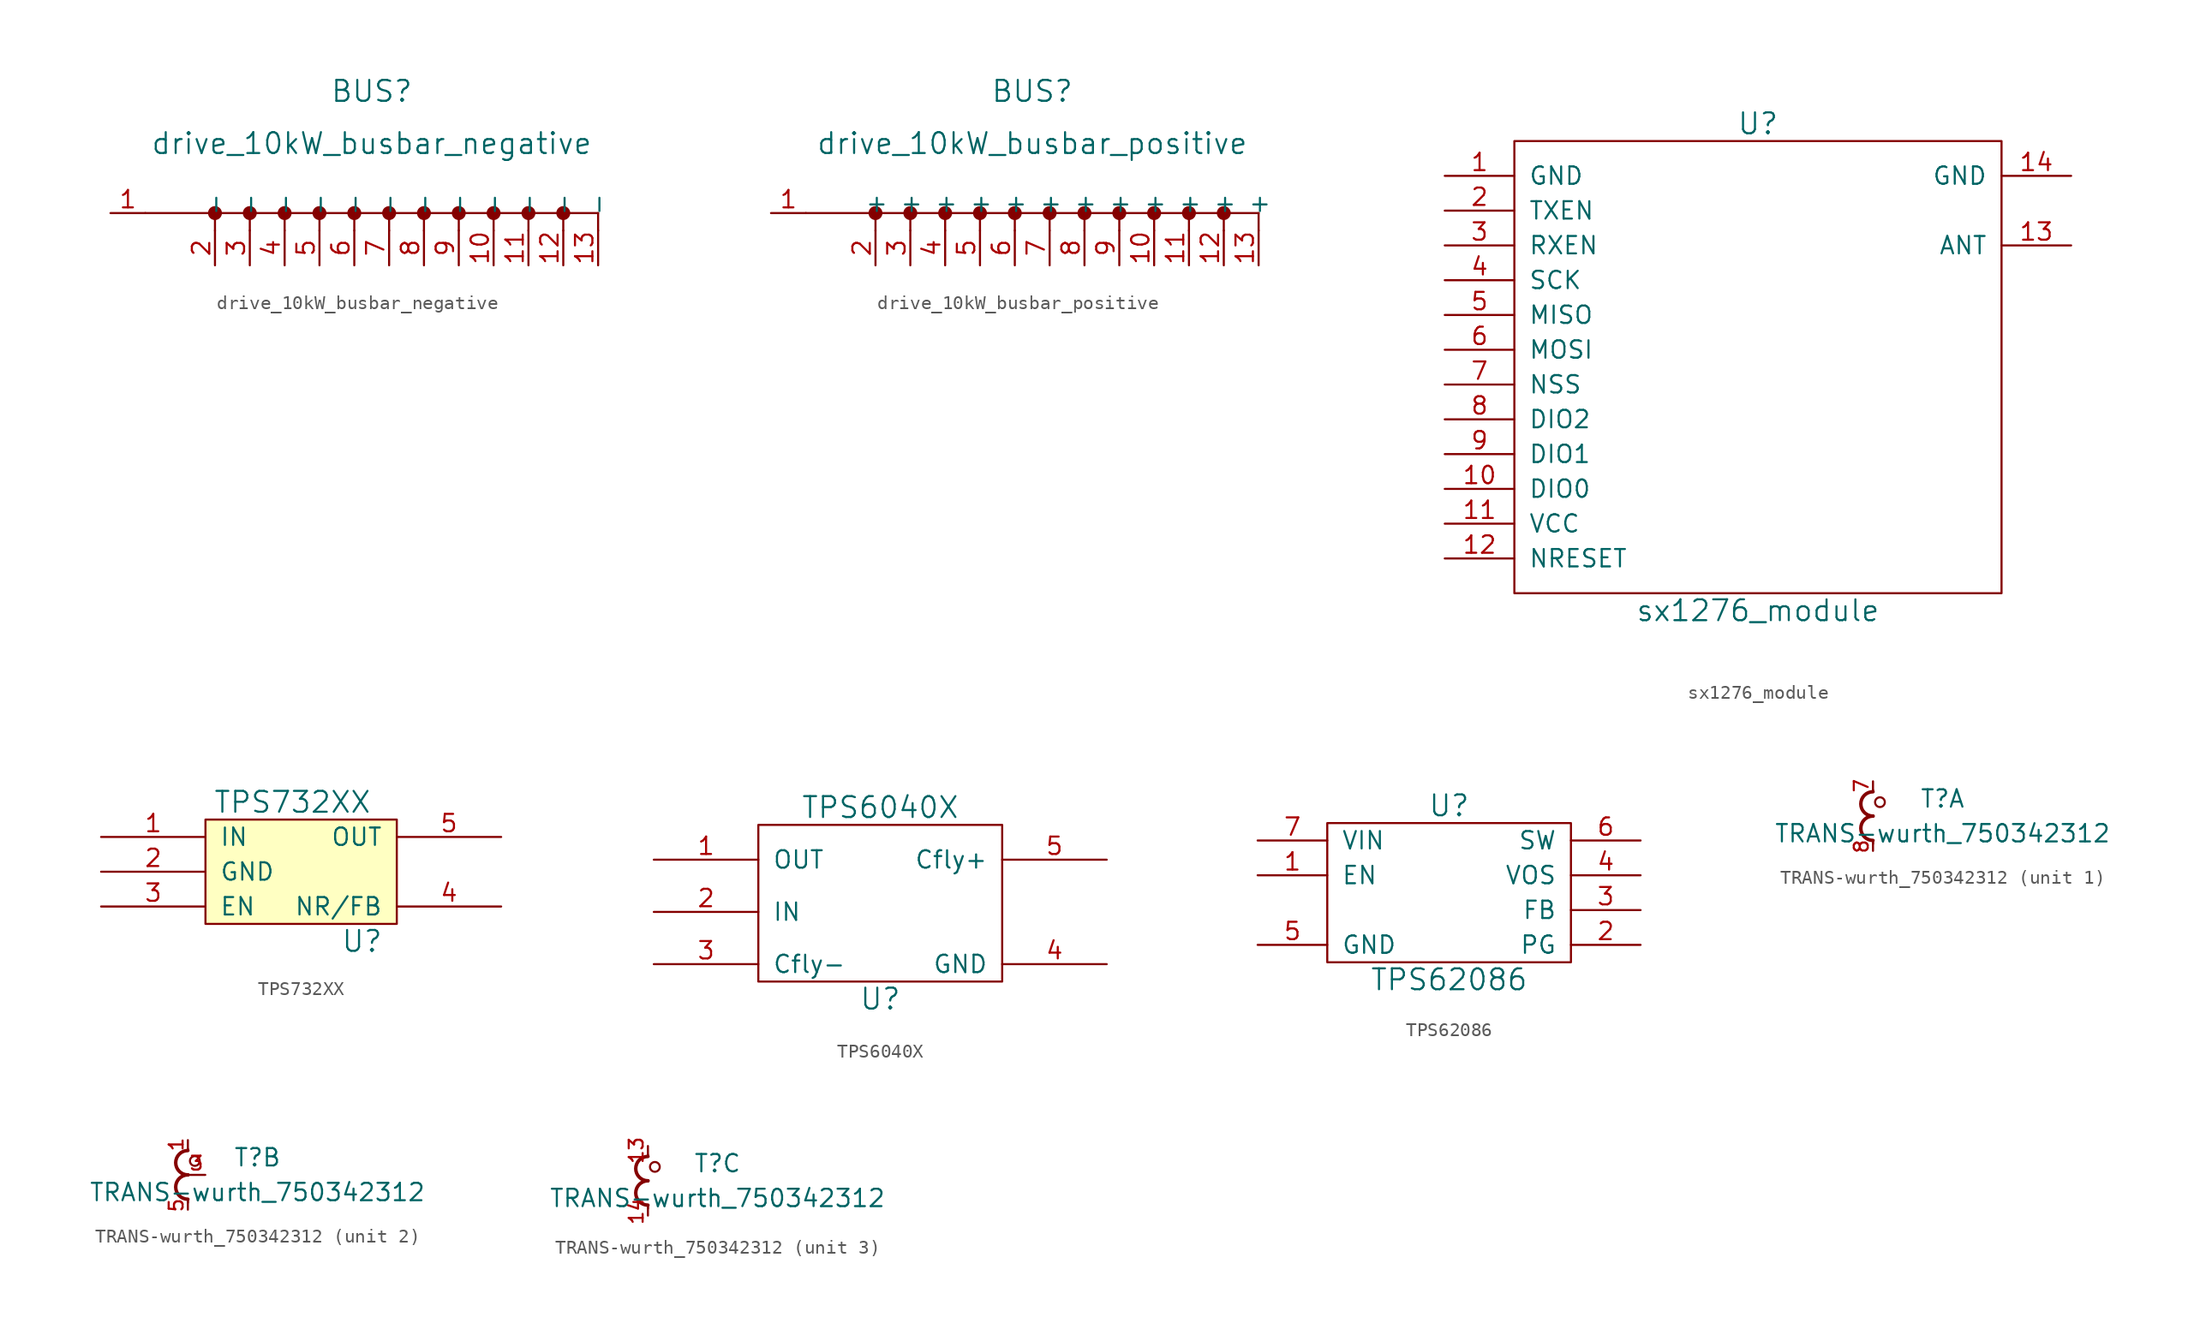
<source format=kicad_sym>
(kicad_symbol_lib
  (version 20211014)
  (generator kicad_symbol_editor)
  (symbol "drive_10kW_busbar_negative"
    (pin_names
      (offset 1.016))
    (property "Reference" "BUS"
      (at 0 8.89 0)
      (effects (font (size 1.524 1.524))))
    (property "Value" "drive_10kW_busbar_negative"
      (at 0 5.08 0)
      (effects (font (size 1.524 1.524))))
    (symbol "drive_10kW_busbar_negative_0_1"
      (circle (center -8.89 0) (radius 0.0001) (stroke (width 0.508) (type default) (color 0 0 0 0)) (fill (type none)))
      (polyline (pts (xy -11.43 -1.27) (xy -11.43 0)) (stroke (width 0) (type default) (color 0 0 0 0)) (fill (type none)))
      (polyline (pts (xy -8.89 -1.27) (xy -8.89 0)) (stroke (width 0) (type default) (color 0 0 0 0)) (fill (type none)))
      (polyline (pts (xy -6.35 -1.27) (xy -6.35 0)) (stroke (width 0) (type default) (color 0 0 0 0)) (fill (type none)))
      (polyline (pts (xy -6.35 0) (xy -16.51 0)) (stroke (width 0) (type default) (color 0 0 0 0)) (fill (type none)))
      (polyline (pts (xy -3.81 -1.27) (xy -3.81 0)) (stroke (width 0) (type default) (color 0 0 0 0)) (fill (type none)))
      (polyline (pts (xy -1.27 -1.27) (xy -1.27 0)) (stroke (width 0) (type default) (color 0 0 0 0)) (fill (type none)))
      (polyline (pts (xy 1.27 -1.27) (xy 1.27 0)) (stroke (width 0) (type default) (color 0 0 0 0)) (fill (type none)))
      (polyline (pts (xy 3.81 -1.27) (xy 3.81 0)) (stroke (width 0) (type default) (color 0 0 0 0)) (fill (type none)))
      (polyline (pts (xy 6.35 -1.27) (xy 6.35 0)) (stroke (width 0) (type default) (color 0 0 0 0)) (fill (type none)))
      (polyline (pts (xy 8.89 -1.27) (xy 8.89 0)) (stroke (width 0) (type default) (color 0 0 0 0)) (fill (type none)))
      (polyline (pts (xy 11.43 -1.27) (xy 11.43 0)) (stroke (width 0) (type default) (color 0 0 0 0)) (fill (type none)))
      (polyline (pts (xy 13.97 -1.27) (xy 13.97 0)) (stroke (width 0) (type default) (color 0 0 0 0)) (fill (type none)))
      (polyline (pts (xy 16.51 -1.27) (xy 16.51 0)) (stroke (width 0) (type default) (color 0 0 0 0)) (fill (type none)))
      (polyline (pts (xy 16.51 0) (xy -6.35 0)) (stroke (width 0) (type default) (color 0 0 0 0)) (fill (type none))))
    (symbol "drive_10kW_busbar_negative_1_1"
      (circle (center -11.43 0) (radius 0.0001) (stroke (width 0.508) (type default) (color 0 0 0 0)) (fill (type none)))
      (circle (center -6.35 0) (radius 0.0001) (stroke (width 0.508) (type default) (color 0 0 0 0)) (fill (type none)))
      (circle (center -3.81 0) (radius 0.0001) (stroke (width 0.508) (type default) (color 0 0 0 0)) (fill (type none)))
      (circle (center -1.27 0) (radius 0.0001) (stroke (width 0.508) (type default) (color 0 0 0 0)) (fill (type none)))
      (circle (center 1.27 0) (radius 0.0001) (stroke (width 0.508) (type default) (color 0 0 0 0)) (fill (type none)))
      (circle (center 3.81 0) (radius 0.0001) (stroke (width 0.508) (type default) (color 0 0 0 0)) (fill (type none)))
      (circle (center 6.35 0) (radius 0.0001) (stroke (width 0.508) (type default) (color 0 0 0 0)) (fill (type none)))
      (circle (center 8.89 0) (radius 0.0001) (stroke (width 0.508) (type default) (color 0 0 0 0)) (fill (type none)))
      (circle (center 11.43 0) (radius 0.0001) (stroke (width 0.508) (type default) (color 0 0 0 0)) (fill (type none)))
      (circle (center 13.97 0) (radius 0.0001) (stroke (width 0.508) (type default) (color 0 0 0 0)) (fill (type none)))
      (pin passive line (at -19.05 0 0) (length 2.54) (name "~" (effects (font (size 1.27 1.27)))) (number "1" (effects (font (size 1.27 1.27)))))
      (pin passive line (at 8.89 -3.81 90) (length 2.54) (name "-" (effects (font (size 1.27 1.27)))) (number "10" (effects (font (size 1.27 1.27)))))
      (pin passive line (at 11.43 -3.81 90) (length 2.54) (name "-" (effects (font (size 1.27 1.27)))) (number "11" (effects (font (size 1.27 1.27)))))
      (pin passive line (at 13.97 -3.81 90) (length 2.54) (name "-" (effects (font (size 1.27 1.27)))) (number "12" (effects (font (size 1.27 1.27)))))
      (pin passive line (at 16.51 -3.81 90) (length 2.54) (name "-" (effects (font (size 1.27 1.27)))) (number "13" (effects (font (size 1.27 1.27)))))
      (pin passive line (at -11.43 -3.81 90) (length 2.54) (name "-" (effects (font (size 1.27 1.27)))) (number "2" (effects (font (size 1.27 1.27)))))
      (pin passive line (at -8.89 -3.81 90) (length 2.54) (name "-" (effects (font (size 1.27 1.27)))) (number "3" (effects (font (size 1.27 1.27)))))
      (pin passive line (at -6.35 -3.81 90) (length 2.54) (name "-" (effects (font (size 1.27 1.27)))) (number "4" (effects (font (size 1.27 1.27)))))
      (pin passive line (at -3.81 -3.81 90) (length 2.54) (name "-" (effects (font (size 1.27 1.27)))) (number "5" (effects (font (size 1.27 1.27)))))
      (pin passive line (at -1.27 -3.81 90) (length 2.54) (name "-" (effects (font (size 1.27 1.27)))) (number "6" (effects (font (size 1.27 1.27)))))
      (pin passive line (at 1.27 -3.81 90) (length 2.54) (name "-" (effects (font (size 1.27 1.27)))) (number "7" (effects (font (size 1.27 1.27)))))
      (pin passive line (at 3.81 -3.81 90) (length 2.54) (name "-" (effects (font (size 1.27 1.27)))) (number "8" (effects (font (size 1.27 1.27)))))
      (pin passive line (at 6.35 -3.81 90) (length 2.54) (name "-" (effects (font (size 1.27 1.27)))) (number "9" (effects (font (size 1.27 1.27)))))))
  (symbol "drive_10kW_busbar_positive"
    (pin_names
      (offset 1.016))
    (property "Reference" "BUS"
      (at 0 8.89 0)
      (effects (font (size 1.524 1.524))))
    (property "Value" "drive_10kW_busbar_positive"
      (at 0 5.08 0)
      (effects (font (size 1.524 1.524))))
    (symbol "drive_10kW_busbar_positive_0_1"
      (circle (center -8.89 0) (radius 0.0001) (stroke (width 0.508) (type default) (color 0 0 0 0)) (fill (type none)))
      (polyline (pts (xy -11.43 -1.27) (xy -11.43 0)) (stroke (width 0) (type default) (color 0 0 0 0)) (fill (type none)))
      (polyline (pts (xy -8.89 -1.27) (xy -8.89 0)) (stroke (width 0) (type default) (color 0 0 0 0)) (fill (type none)))
      (polyline (pts (xy -6.35 -1.27) (xy -6.35 0)) (stroke (width 0) (type default) (color 0 0 0 0)) (fill (type none)))
      (polyline (pts (xy -6.35 0) (xy -16.51 0)) (stroke (width 0) (type default) (color 0 0 0 0)) (fill (type none)))
      (polyline (pts (xy -3.81 -1.27) (xy -3.81 0)) (stroke (width 0) (type default) (color 0 0 0 0)) (fill (type none)))
      (polyline (pts (xy -1.27 -1.27) (xy -1.27 0)) (stroke (width 0) (type default) (color 0 0 0 0)) (fill (type none)))
      (polyline (pts (xy 1.27 -1.27) (xy 1.27 0)) (stroke (width 0) (type default) (color 0 0 0 0)) (fill (type none)))
      (polyline (pts (xy 3.81 -1.27) (xy 3.81 0)) (stroke (width 0) (type default) (color 0 0 0 0)) (fill (type none)))
      (polyline (pts (xy 6.35 -1.27) (xy 6.35 0)) (stroke (width 0) (type default) (color 0 0 0 0)) (fill (type none)))
      (polyline (pts (xy 8.89 -1.27) (xy 8.89 0)) (stroke (width 0) (type default) (color 0 0 0 0)) (fill (type none)))
      (polyline (pts (xy 11.43 -1.27) (xy 11.43 0)) (stroke (width 0) (type default) (color 0 0 0 0)) (fill (type none)))
      (polyline (pts (xy 13.97 -1.27) (xy 13.97 0)) (stroke (width 0) (type default) (color 0 0 0 0)) (fill (type none)))
      (polyline (pts (xy 16.51 -1.27) (xy 16.51 0)) (stroke (width 0) (type default) (color 0 0 0 0)) (fill (type none)))
      (polyline (pts (xy 16.51 0) (xy -6.35 0)) (stroke (width 0) (type default) (color 0 0 0 0)) (fill (type none))))
    (symbol "drive_10kW_busbar_positive_1_1"
      (circle (center -11.43 0) (radius 0.0001) (stroke (width 0.508) (type default) (color 0 0 0 0)) (fill (type none)))
      (circle (center -6.35 0) (radius 0.0001) (stroke (width 0.508) (type default) (color 0 0 0 0)) (fill (type none)))
      (circle (center -3.81 0) (radius 0.0001) (stroke (width 0.508) (type default) (color 0 0 0 0)) (fill (type none)))
      (circle (center -1.27 0) (radius 0.0001) (stroke (width 0.508) (type default) (color 0 0 0 0)) (fill (type none)))
      (circle (center 1.27 0) (radius 0.0001) (stroke (width 0.508) (type default) (color 0 0 0 0)) (fill (type none)))
      (circle (center 3.81 0) (radius 0.0001) (stroke (width 0.508) (type default) (color 0 0 0 0)) (fill (type none)))
      (circle (center 6.35 0) (radius 0.0001) (stroke (width 0.508) (type default) (color 0 0 0 0)) (fill (type none)))
      (circle (center 8.89 0) (radius 0.0001) (stroke (width 0.508) (type default) (color 0 0 0 0)) (fill (type none)))
      (circle (center 11.43 0) (radius 0.0001) (stroke (width 0.508) (type default) (color 0 0 0 0)) (fill (type none)))
      (circle (center 13.97 0) (radius 0.0001) (stroke (width 0.508) (type default) (color 0 0 0 0)) (fill (type none)))
      (pin passive line (at -19.05 0 0) (length 2.54) (name "~" (effects (font (size 1.27 1.27)))) (number "1" (effects (font (size 1.27 1.27)))))
      (pin passive line (at 8.89 -3.81 90) (length 2.54) (name "+" (effects (font (size 1.27 1.27)))) (number "10" (effects (font (size 1.27 1.27)))))
      (pin passive line (at 11.43 -3.81 90) (length 2.54) (name "+" (effects (font (size 1.27 1.27)))) (number "11" (effects (font (size 1.27 1.27)))))
      (pin passive line (at 13.97 -3.81 90) (length 2.54) (name "+" (effects (font (size 1.27 1.27)))) (number "12" (effects (font (size 1.27 1.27)))))
      (pin passive line (at 16.51 -3.81 90) (length 2.54) (name "+" (effects (font (size 1.27 1.27)))) (number "13" (effects (font (size 1.27 1.27)))))
      (pin passive line (at -11.43 -3.81 90) (length 2.54) (name "+" (effects (font (size 1.27 1.27)))) (number "2" (effects (font (size 1.27 1.27)))))
      (pin passive line (at -8.89 -3.81 90) (length 2.54) (name "+" (effects (font (size 1.27 1.27)))) (number "3" (effects (font (size 1.27 1.27)))))
      (pin passive line (at -6.35 -3.81 90) (length 2.54) (name "+" (effects (font (size 1.27 1.27)))) (number "4" (effects (font (size 1.27 1.27)))))
      (pin passive line (at -3.81 -3.81 90) (length 2.54) (name "+" (effects (font (size 1.27 1.27)))) (number "5" (effects (font (size 1.27 1.27)))))
      (pin passive line (at -1.27 -3.81 90) (length 2.54) (name "+" (effects (font (size 1.27 1.27)))) (number "6" (effects (font (size 1.27 1.27)))))
      (pin passive line (at 1.27 -3.81 90) (length 2.54) (name "+" (effects (font (size 1.27 1.27)))) (number "7" (effects (font (size 1.27 1.27)))))
      (pin passive line (at 3.81 -3.81 90) (length 2.54) (name "+" (effects (font (size 1.27 1.27)))) (number "8" (effects (font (size 1.27 1.27)))))
      (pin passive line (at 6.35 -3.81 90) (length 2.54) (name "+" (effects (font (size 1.27 1.27)))) (number "9" (effects (font (size 1.27 1.27)))))))
  (symbol "sx1276_module"
    (pin_names
      (offset 1.016))
    (property "Reference" "U"
      (at 0 17.78 0)
      (effects (font (size 1.524 1.524))))
    (property "Value" "sx1276_module"
      (at 0 -17.78 0)
      (effects (font (size 1.524 1.524))))
    (property "Footprint" ""
      (at 0 1.27 0)
      (effects (font (size 1.524 1.524))))
    (property "Datasheet" ""
      (at 0 1.27 0)
      (effects (font (size 1.524 1.524))))
    (symbol "sx1276_module_0_1"
      (rectangle (start -17.78 16.51) (end 17.78 -16.51) (stroke (width 0) (type default) (color 0 0 0 0)) (fill (type none))))
    (symbol "sx1276_module_1_1"
      (pin input line (at -22.86 13.97 0) (length 5.08) (name "GND" (effects (font (size 1.27 1.27)))) (number "1" (effects (font (size 1.27 1.27)))))
      (pin input line (at -22.86 -8.89 0) (length 5.08) (name "DIO0" (effects (font (size 1.27 1.27)))) (number "10" (effects (font (size 1.27 1.27)))))
      (pin input line (at -22.86 -11.43 0) (length 5.08) (name "VCC" (effects (font (size 1.27 1.27)))) (number "11" (effects (font (size 1.27 1.27)))))
      (pin input line (at -22.86 -13.97 0) (length 5.08) (name "NRESET" (effects (font (size 1.27 1.27)))) (number "12" (effects (font (size 1.27 1.27)))))
      (pin input line (at 22.86 8.89 180) (length 5.08) (name "ANT" (effects (font (size 1.27 1.27)))) (number "13" (effects (font (size 1.27 1.27)))))
      (pin input line (at 22.86 13.97 180) (length 5.08) (name "GND" (effects (font (size 1.27 1.27)))) (number "14" (effects (font (size 1.27 1.27)))))
      (pin input line (at -22.86 11.43 0) (length 5.08) (name "TXEN" (effects (font (size 1.27 1.27)))) (number "2" (effects (font (size 1.27 1.27)))))
      (pin input line (at -22.86 8.89 0) (length 5.08) (name "RXEN" (effects (font (size 1.27 1.27)))) (number "3" (effects (font (size 1.27 1.27)))))
      (pin input line (at -22.86 6.35 0) (length 5.08) (name "SCK" (effects (font (size 1.27 1.27)))) (number "4" (effects (font (size 1.27 1.27)))))
      (pin input line (at -22.86 3.81 0) (length 5.08) (name "MISO" (effects (font (size 1.27 1.27)))) (number "5" (effects (font (size 1.27 1.27)))))
      (pin input line (at -22.86 1.27 0) (length 5.08) (name "MOSI" (effects (font (size 1.27 1.27)))) (number "6" (effects (font (size 1.27 1.27)))))
      (pin input line (at -22.86 -1.27 0) (length 5.08) (name "NSS" (effects (font (size 1.27 1.27)))) (number "7" (effects (font (size 1.27 1.27)))))
      (pin input line (at -22.86 -3.81 0) (length 5.08) (name "DIO2" (effects (font (size 1.27 1.27)))) (number "8" (effects (font (size 1.27 1.27)))))
      (pin input line (at -22.86 -6.35 0) (length 5.08) (name "DIO1" (effects (font (size 1.27 1.27)))) (number "9" (effects (font (size 1.27 1.27)))))))
  (symbol "TPS732XX"
    (pin_names
      (offset 1.016))
    (property "Reference" "U"
      (at 3.81 -5.08 0)
      (effects (font (size 1.524 1.524))))
    (property "Value" "TPS732XX"
      (at -1.27 5.08 0)
      (effects (font (size 1.524 1.524))))
    (property "Footprint" ""
      (at 0 0 0)
      (effects (font (size 1.524 1.524))))
    (property "Datasheet" ""
      (at 0 0 0)
      (effects (font (size 1.524 1.524))))
    (symbol "TPS732XX_0_1"
      (rectangle (start -7.62 3.81) (end 6.35 -3.81) (stroke (width 0) (type default) (color 0 0 0 0)) (fill (type background))))
    (symbol "TPS732XX_1_1"
      (pin input line (at -15.24 2.54 0) (length 7.62) (name "IN" (effects (font (size 1.27 1.27)))) (number "1" (effects (font (size 1.27 1.27)))))
      (pin input line (at -15.24 0 0) (length 7.62) (name "GND" (effects (font (size 1.27 1.27)))) (number "2" (effects (font (size 1.27 1.27)))))
      (pin input line (at -15.24 -2.54 0) (length 7.62) (name "EN" (effects (font (size 1.27 1.27)))) (number "3" (effects (font (size 1.27 1.27)))))
      (pin input line (at 13.97 -2.54 180) (length 7.62) (name "NR/FB" (effects (font (size 1.27 1.27)))) (number "4" (effects (font (size 1.27 1.27)))))
      (pin input line (at 13.97 2.54 180) (length 7.62) (name "OUT" (effects (font (size 1.27 1.27)))) (number "5" (effects (font (size 1.27 1.27)))))))
  (symbol "TPS6040X"
    (pin_names
      (offset 1.016))
    (property "Reference" "U"
      (at 0 -6.35 0)
      (effects (font (size 1.524 1.524))))
    (property "Value" "TPS6040X"
      (at 0 7.62 0)
      (effects (font (size 1.524 1.524))))
    (property "Footprint" ""
      (at 0 0 0)
      (effects (font (size 1.524 1.524))))
    (property "Datasheet" ""
      (at 0 0 0)
      (effects (font (size 1.524 1.524))))
    (symbol "TPS6040X_0_1"
      (rectangle (start -8.89 6.35) (end 8.89 -5.08) (stroke (width 0) (type default) (color 0 0 0 0)) (fill (type none))))
    (symbol "TPS6040X_1_1"
      (pin input line (at -16.51 3.81 0) (length 7.62) (name "OUT" (effects (font (size 1.27 1.27)))) (number "1" (effects (font (size 1.27 1.27)))))
      (pin input line (at -16.51 0 0) (length 7.62) (name "IN" (effects (font (size 1.27 1.27)))) (number "2" (effects (font (size 1.27 1.27)))))
      (pin input line (at -16.51 -3.81 0) (length 7.62) (name "Cfly-" (effects (font (size 1.27 1.27)))) (number "3" (effects (font (size 1.27 1.27)))))
      (pin input line (at 16.51 -3.81 180) (length 7.62) (name "GND" (effects (font (size 1.27 1.27)))) (number "4" (effects (font (size 1.27 1.27)))))
      (pin input line (at 16.51 3.81 180) (length 7.62) (name "Cfly+" (effects (font (size 1.27 1.27)))) (number "5" (effects (font (size 1.27 1.27)))))))
  (symbol "TPS62086"
    (pin_names
      (offset 1.016))
    (property "Reference" "U"
      (at 0 6.35 0)
      (effects (font (size 1.524 1.524))))
    (property "Value" "TPS62086"
      (at 0 -6.35 0)
      (effects (font (size 1.524 1.524))))
    (property "Datasheet" ""
      (at 0 -3.81 0)
      (effects (font (size 0.762 0.762))))
    (symbol "TPS62086_0_1"
      (rectangle (start -8.89 5.08) (end 8.89 -5.08) (stroke (width 0) (type default) (color 0 0 0 0)) (fill (type none))))
    (symbol "TPS62086_1_1"
      (pin input line (at -13.97 1.27 0) (length 5.08) (name "EN" (effects (font (size 1.27 1.27)))) (number "1" (effects (font (size 1.27 1.27)))))
      (pin input line (at 13.97 -3.81 180) (length 5.08) (name "PG" (effects (font (size 1.27 1.27)))) (number "2" (effects (font (size 1.27 1.27)))))
      (pin input line (at 13.97 -1.27 180) (length 5.08) (name "FB" (effects (font (size 1.27 1.27)))) (number "3" (effects (font (size 1.27 1.27)))))
      (pin input line (at 13.97 1.27 180) (length 5.08) (name "VOS" (effects (font (size 1.27 1.27)))) (number "4" (effects (font (size 1.27 1.27)))))
      (pin input line (at -13.97 -3.81 0) (length 5.08) (name "GND" (effects (font (size 1.27 1.27)))) (number "5" (effects (font (size 1.27 1.27)))))
      (pin input line (at 13.97 3.81 180) (length 5.08) (name "SW" (effects (font (size 1.27 1.27)))) (number "6" (effects (font (size 1.27 1.27)))))
      (pin input line (at -13.97 3.81 0) (length 5.08) (name "VIN" (effects (font (size 1.27 1.27)))) (number "7" (effects (font (size 1.27 1.27)))))))
  (symbol "TRANS-wurth_750342312"
    (pin_names
      (offset 0) hide)
    (property "Reference" "T"
      (at 5.08 1.27 0)
      (effects (font (size 1.27 1.27))))
    (property "Value" "TRANS-wurth_750342312"
      (at 5.08 -1.27 0)
      (effects (font (size 1.27 1.27))))
    (property "Footprint" ""
      (at 0 1.27 0)
      (effects (font (size 1.524 1.524))))
    (property "Datasheet" ""
      (at 0 1.27 0)
      (effects (font (size 1.524 1.524))))
    (property "ki_locked" ""
      (at 0 0 0)
      (effects (font (size 1.27 1.27))))
    (symbol "TRANS-wurth_750342312_0_1"
      (arc (start 0 0) (mid -0.889 -0.889) (end 0 -1.778) (stroke (width 0.254) (type default) (color 0 0 0 0)) (fill (type none)))
      (polyline (pts (xy 0 -1.778) (xy 0 -2.032)) (stroke (width 0) (type default) (color 0 0 0 0)) (fill (type none)))
      (polyline (pts (xy 0 1.778) (xy 0 1.905)) (stroke (width 0) (type default) (color 0 0 0 0)) (fill (type none)))
      (arc (start 0 1.778) (mid -0.889 0.889) (end 0 0) (stroke (width 0.254) (type default) (color 0 0 0 0)) (fill (type none)))
      (circle (center 0.508 1.016) (radius 0.356) (stroke (width 0) (type default) (color 0 0 0 0)) (fill (type none))))
    (symbol "TRANS-wurth_750342312_1_1"
      (pin passive line (at 0 2.54 270) (length 0.635) (name "~" (effects (font (size 1.27 1.27)))) (number "7" (effects (font (size 1.016 1.016)))))
      (pin passive line (at 0 -2.54 90) (length 0.635) (name "~" (effects (font (size 0 0)))) (number "8" (effects (font (size 1.016 1.016))))))
    (symbol "TRANS-wurth_750342312_2_1"
      (pin passive line (at 0 2.54 270) (length 0.635) (name "~" (effects (font (size 1.27 1.27)))) (number "1" (effects (font (size 1.016 1.016)))))
      (pin input line (at 1.27 0 180) (length 1.27) (name "~" (effects (font (size 1.27 1.27)))) (number "3" (effects (font (size 1.016 1.016)))))
      (pin passive line (at 0 -2.54 90) (length 0.635) (name "~" (effects (font (size 1.27 1.27)))) (number "5" (effects (font (size 1.016 1.016))))))
    (symbol "TRANS-wurth_750342312_3_1"
      (pin passive line (at 0 2.54 270) (length 0.635) (name "~" (effects (font (size 1.27 1.27)))) (number "13" (effects (font (size 1.016 1.016)))))
      (pin passive line (at 0 -2.54 90) (length 0.635) (name "~" (effects (font (size 1.27 1.27)))) (number "14" (effects (font (size 1.016 1.016))))))))
</source>
